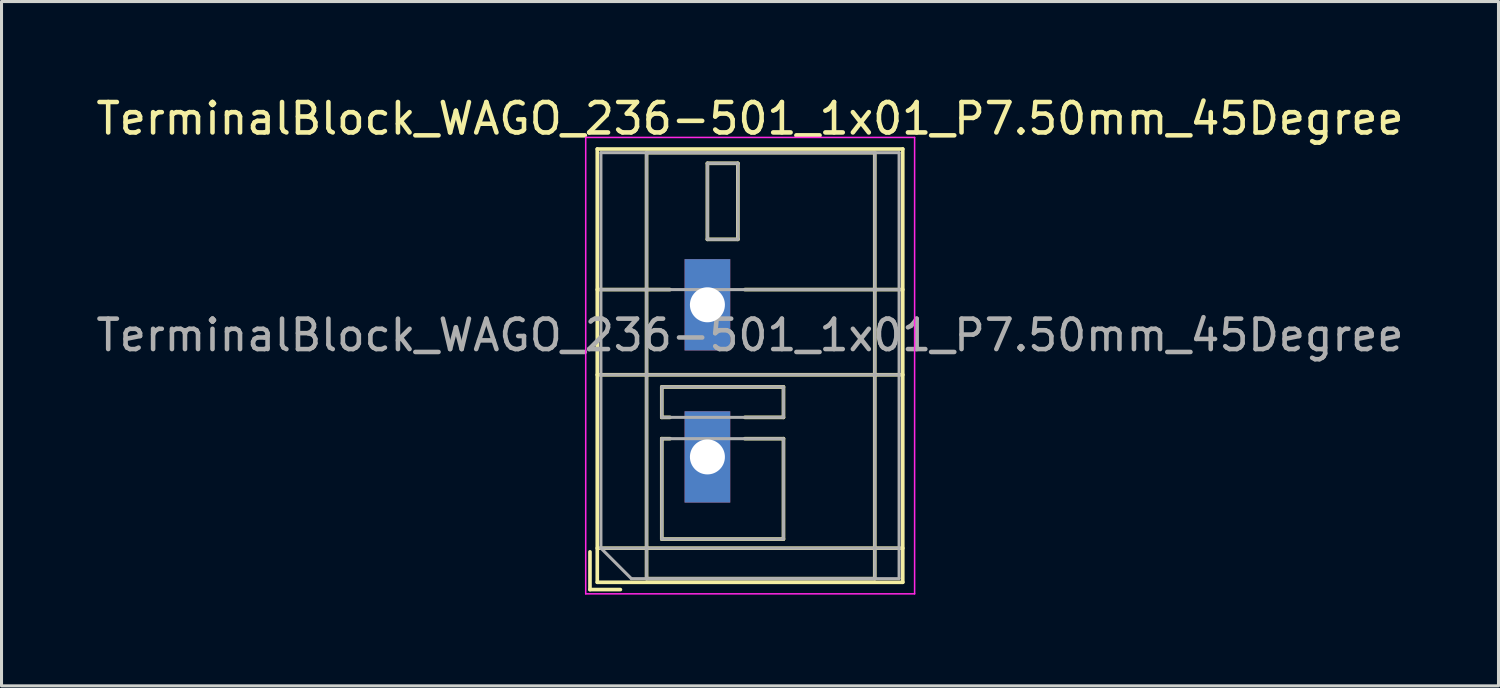
<source format=kicad_pcb>
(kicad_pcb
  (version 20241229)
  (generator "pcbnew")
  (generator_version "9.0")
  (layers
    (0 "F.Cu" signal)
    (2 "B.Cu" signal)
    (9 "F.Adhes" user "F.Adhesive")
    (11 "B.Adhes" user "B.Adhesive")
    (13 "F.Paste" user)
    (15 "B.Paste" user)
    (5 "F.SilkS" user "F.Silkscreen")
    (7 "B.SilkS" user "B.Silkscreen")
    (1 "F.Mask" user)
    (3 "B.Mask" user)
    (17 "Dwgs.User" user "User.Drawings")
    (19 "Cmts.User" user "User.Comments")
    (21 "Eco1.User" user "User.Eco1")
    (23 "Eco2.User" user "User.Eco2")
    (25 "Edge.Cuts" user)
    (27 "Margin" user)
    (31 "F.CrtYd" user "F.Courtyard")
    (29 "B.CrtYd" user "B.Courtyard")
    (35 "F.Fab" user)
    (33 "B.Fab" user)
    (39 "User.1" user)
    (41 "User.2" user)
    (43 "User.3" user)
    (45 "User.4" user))
  (footprint "TerminalBlock_WAGO_236-501_1x01_P7.50mm_45Degree"
    (layer "F.Cu")
    (at 20.201 6.968)
    (property "Reference" "TerminalBlock_WAGO_236-501_1x01_P7.50mm_45Degree" (at 1.4 -6.12 0) (layer "F.SilkS") (effects (font (size 1 1) (thickness 0.15))))
    (attr through_hole)
    (fp_line (start -3.86 8.12) (end -3.86 9.36) (stroke (width 0.12) (type solid)) (layer "F.SilkS"))
    (fp_line (start -3.86 9.36) (end -2.86 9.36) (stroke (width 0.12) (type solid)) (layer "F.SilkS"))
    (fp_line (start -3.62 -5.12) (end -3.62 9.12) (stroke (width 0.12) (type solid)) (layer "F.SilkS"))
    (fp_line (start -3.62 -5.12) (end 6.421 -5.12) (stroke (width 0.12) (type solid)) (layer "F.SilkS"))
    (fp_line (start -3.62 -0.5) (end -1.23 -0.5) (stroke (width 0.12) (type solid)) (layer "F.SilkS"))
    (fp_line (start -3.62 2.3) (end 6.421 2.3) (stroke (width 0.12) (type solid)) (layer "F.SilkS"))
    (fp_line (start -3.62 8) (end 6.421 8) (stroke (width 0.12) (type solid)) (layer "F.SilkS"))
    (fp_line (start -3.62 9.12) (end 6.421 9.12) (stroke (width 0.12) (type solid)) (layer "F.SilkS"))
    (fp_line (start -2 -5) (end -2 9) (stroke (width 0.12) (type solid)) (layer "F.SilkS"))
    (fp_line (start -2 -5) (end 5.5 -5) (stroke (width 0.12) (type solid)) (layer "F.SilkS"))
    (fp_line (start -2 9) (end 5.5 9) (stroke (width 0.12) (type solid)) (layer "F.SilkS"))
    (fp_line (start -1.5 2.7) (end -1.5 3.7) (stroke (width 0.12) (type solid)) (layer "F.SilkS"))
    (fp_line (start -1.5 2.7) (end 2.5 2.7) (stroke (width 0.12) (type solid)) (layer "F.SilkS"))
    (fp_line (start -1.5 3.7) (end -1.23 3.7) (stroke (width 0.12) (type solid)) (layer "F.SilkS"))
    (fp_line (start -1.5 4.4) (end -1.5 7.7) (stroke (width 0.12) (type solid)) (layer "F.SilkS"))
    (fp_line (start -1.5 4.4) (end -1.23 4.4) (stroke (width 0.12) (type solid)) (layer "F.SilkS"))
    (fp_line (start -1.5 7.7) (end 2.5 7.7) (stroke (width 0.12) (type solid)) (layer "F.SilkS"))
    (fp_line (start 0 -4.65) (end 0 -2.151) (stroke (width 0.12) (type solid)) (layer "F.SilkS"))
    (fp_line (start 0 -4.65) (end 1 -4.65) (stroke (width 0.12) (type solid)) (layer "F.SilkS"))
    (fp_line (start 0 -2.151) (end 1 -2.151) (stroke (width 0.12) (type solid)) (layer "F.SilkS"))
    (fp_line (start 1 -4.65) (end 1 -2.151) (stroke (width 0.12) (type solid)) (layer "F.SilkS"))
    (fp_line (start 1.23 -0.5) (end 6.421 -0.5) (stroke (width 0.12) (type solid)) (layer "F.SilkS"))
    (fp_line (start 1.23 3.7) (end 2.5 3.7) (stroke (width 0.12) (type solid)) (layer "F.SilkS"))
    (fp_line (start 1.23 4.4) (end 2.5 4.4) (stroke (width 0.12) (type solid)) (layer "F.SilkS"))
    (fp_line (start 2.5 2.7) (end 2.5 3.7) (stroke (width 0.12) (type solid)) (layer "F.SilkS"))
    (fp_line (start 2.5 4.4) (end 2.5 7.7) (stroke (width 0.12) (type solid)) (layer "F.SilkS"))
    (fp_line (start 5.5 -5) (end 5.5 9) (stroke (width 0.12) (type solid)) (layer "F.SilkS"))
    (fp_line (start 6.421 -5.12) (end 6.421 9.12) (stroke (width 0.12) (type solid)) (layer "F.SilkS"))
    (fp_line (start -4 -5.5) (end -4 9.5) (stroke (width 0.05) (type solid)) (layer "F.CrtYd"))
    (fp_line (start -4 9.5) (end 6.81 9.5) (stroke (width 0.05) (type solid)) (layer "F.CrtYd"))
    (fp_line (start 6.81 -5.5) (end -4 -5.5) (stroke (width 0.05) (type solid)) (layer "F.CrtYd"))
    (fp_line (start 6.81 9.5) (end 6.81 -5.5) (stroke (width 0.05) (type solid)) (layer "F.CrtYd"))
    (fp_line (start -3.5 -5) (end 6.3 -5) (stroke (width 0.1) (type solid)) (layer "F.Fab"))
    (fp_line (start -3.5 -0.5) (end 6.3 -0.5) (stroke (width 0.1) (type solid)) (layer "F.Fab"))
    (fp_line (start -3.5 2.3) (end 6.3 2.3) (stroke (width 0.1) (type solid)) (layer "F.Fab"))
    (fp_line (start -3.5 8) (end -3.5 -5) (stroke (width 0.1) (type solid)) (layer "F.Fab"))
    (fp_line (start -3.5 8) (end 6.3 8) (stroke (width 0.1) (type solid)) (layer "F.Fab"))
    (fp_line (start -2.5 9) (end -3.5 8) (stroke (width 0.1) (type solid)) (layer "F.Fab"))
    (fp_line (start -2 -5) (end -2 9) (stroke (width 0.1) (type solid)) (layer "F.Fab"))
    (fp_line (start -2 9) (end 5.5 9) (stroke (width 0.1) (type solid)) (layer "F.Fab"))
    (fp_line (start -1.5 2.7) (end -1.5 3.7) (stroke (width 0.1) (type solid)) (layer "F.Fab"))
    (fp_line (start -1.5 3.7) (end 2.5 3.7) (stroke (width 0.1) (type solid)) (layer "F.Fab"))
    (fp_line (start -1.5 4.4) (end -1.5 7.7) (stroke (width 0.1) (type solid)) (layer "F.Fab"))
    (fp_line (start -1.5 7.7) (end 2.5 7.7) (stroke (width 0.1) (type solid)) (layer "F.Fab"))
    (fp_line (start 0 -4.65) (end 0 -2.15) (stroke (width 0.1) (type solid)) (layer "F.Fab"))
    (fp_line (start 0 -2.15) (end 1 -2.15) (stroke (width 0.1) (type solid)) (layer "F.Fab"))
    (fp_line (start 1 -4.65) (end 0 -4.65) (stroke (width 0.1) (type solid)) (layer "F.Fab"))
    (fp_line (start 1 -2.15) (end 1 -4.65) (stroke (width 0.1) (type solid)) (layer "F.Fab"))
    (fp_line (start 2.5 2.7) (end -1.5 2.7) (stroke (width 0.1) (type solid)) (layer "F.Fab"))
    (fp_line (start 2.5 3.7) (end 2.5 2.7) (stroke (width 0.1) (type solid)) (layer "F.Fab"))
    (fp_line (start 2.5 4.4) (end -1.5 4.4) (stroke (width 0.1) (type solid)) (layer "F.Fab"))
    (fp_line (start 2.5 7.7) (end 2.5 4.4) (stroke (width 0.1) (type solid)) (layer "F.Fab"))
    (fp_line (start 5.5 -5) (end -2 -5) (stroke (width 0.1) (type solid)) (layer "F.Fab"))
    (fp_line (start 5.5 9) (end 5.5 -5) (stroke (width 0.1) (type solid)) (layer "F.Fab"))
    (fp_line (start 6.3 -5) (end 6.3 9) (stroke (width 0.1) (type solid)) (layer "F.Fab"))
    (fp_line (start 6.3 9) (end -2.5 9) (stroke (width 0.1) (type solid)) (layer "F.Fab"))
    (fp_text user "${REFERENCE}" (at 1.4 1 0) (layer "F.Fab") (effects (font (size 1 1) (thickness 0.15))))
    (pad "1" thru_hole rect (at 0 0) (size 1.5 3) (drill 1.15) (layers "*.Cu" "*.Mask"))
    (pad "1" thru_hole rect (at 0 5) (size 1.5 3) (drill 1.15) (layers "*.Cu" "*.Mask")))
  (gr_rect
    (start -3 -3)
    (end 46.202 19.493)
    (stroke (width 0.1) (type default))
    (fill no)
    (layer "Edge.Cuts")))
</source>
